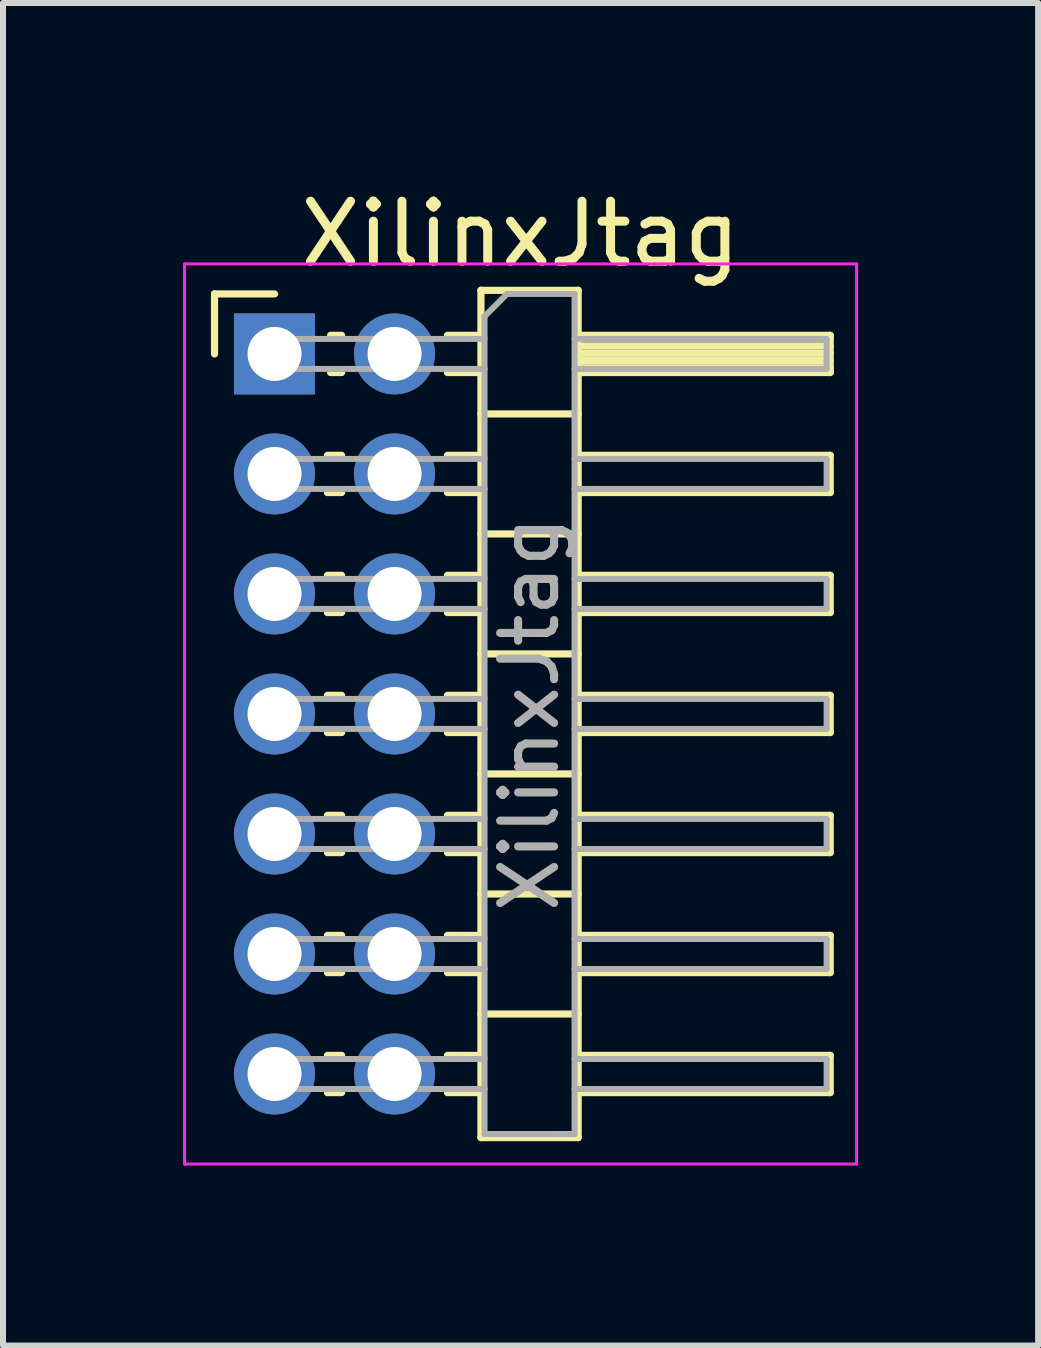
<source format=kicad_pcb>
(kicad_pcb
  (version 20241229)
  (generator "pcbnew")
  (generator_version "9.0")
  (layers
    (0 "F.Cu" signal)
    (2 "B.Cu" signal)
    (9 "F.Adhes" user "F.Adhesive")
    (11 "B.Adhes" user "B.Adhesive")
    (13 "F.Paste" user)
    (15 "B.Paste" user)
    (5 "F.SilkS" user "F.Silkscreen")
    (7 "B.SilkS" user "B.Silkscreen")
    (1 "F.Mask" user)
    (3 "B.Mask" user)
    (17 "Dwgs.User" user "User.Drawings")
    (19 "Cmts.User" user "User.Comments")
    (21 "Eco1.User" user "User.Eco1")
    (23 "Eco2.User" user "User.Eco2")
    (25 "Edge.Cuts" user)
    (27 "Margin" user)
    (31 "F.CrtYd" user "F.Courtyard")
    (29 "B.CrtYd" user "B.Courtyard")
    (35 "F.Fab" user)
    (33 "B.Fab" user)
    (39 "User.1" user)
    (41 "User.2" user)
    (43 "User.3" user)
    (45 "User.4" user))
  (footprint "XilinxJtag"
    (layer "F.Cu")
    (at 1.525 2.848)
    (property "Reference" "XilinxJtag" (at 4.1 -2 0) (layer "F.SilkS") (effects (font (size 1 1) (thickness 0.15))))
    (attr through_hole)
    (fp_line (start -1 -1) (end 0 -1) (stroke (width 0.12) (type solid)) (layer "F.SilkS"))
    (fp_line (start -1 0) (end -1 -1) (stroke (width 0.12) (type solid)) (layer "F.SilkS"))
    (fp_line (start 0.882 1.69) (end 1.118 1.69) (stroke (width 0.12) (type solid)) (layer "F.SilkS"))
    (fp_line (start 0.882 2.31) (end 1.118 2.31) (stroke (width 0.12) (type solid)) (layer "F.SilkS"))
    (fp_line (start 0.882 3.69) (end 1.118 3.69) (stroke (width 0.12) (type solid)) (layer "F.SilkS"))
    (fp_line (start 0.882 4.31) (end 1.118 4.31) (stroke (width 0.12) (type solid)) (layer "F.SilkS"))
    (fp_line (start 0.882 5.69) (end 1.118 5.69) (stroke (width 0.12) (type solid)) (layer "F.SilkS"))
    (fp_line (start 0.882 6.31) (end 1.118 6.31) (stroke (width 0.12) (type solid)) (layer "F.SilkS"))
    (fp_line (start 0.882 7.69) (end 1.118 7.69) (stroke (width 0.12) (type solid)) (layer "F.SilkS"))
    (fp_line (start 0.882 8.31) (end 1.118 8.31) (stroke (width 0.12) (type solid)) (layer "F.SilkS"))
    (fp_line (start 0.882 9.69) (end 1.118 9.69) (stroke (width 0.12) (type solid)) (layer "F.SilkS"))
    (fp_line (start 0.882 10.31) (end 1.118 10.31) (stroke (width 0.12) (type solid)) (layer "F.SilkS"))
    (fp_line (start 0.882 11.69) (end 1.118 11.69) (stroke (width 0.12) (type solid)) (layer "F.SilkS"))
    (fp_line (start 0.882 12.31) (end 1.118 12.31) (stroke (width 0.12) (type solid)) (layer "F.SilkS"))
    (fp_line (start 0.935 -0.31) (end 1.118 -0.31) (stroke (width 0.12) (type solid)) (layer "F.SilkS"))
    (fp_line (start 0.935 0.31) (end 1.118 0.31) (stroke (width 0.12) (type solid)) (layer "F.SilkS"))
    (fp_line (start 2.882 -0.31) (end 3.44 -0.31) (stroke (width 0.12) (type solid)) (layer "F.SilkS"))
    (fp_line (start 2.882 0.31) (end 3.44 0.31) (stroke (width 0.12) (type solid)) (layer "F.SilkS"))
    (fp_line (start 2.882 1.69) (end 3.44 1.69) (stroke (width 0.12) (type solid)) (layer "F.SilkS"))
    (fp_line (start 2.882 2.31) (end 3.44 2.31) (stroke (width 0.12) (type solid)) (layer "F.SilkS"))
    (fp_line (start 2.882 3.69) (end 3.44 3.69) (stroke (width 0.12) (type solid)) (layer "F.SilkS"))
    (fp_line (start 2.882 4.31) (end 3.44 4.31) (stroke (width 0.12) (type solid)) (layer "F.SilkS"))
    (fp_line (start 2.882 5.69) (end 3.44 5.69) (stroke (width 0.12) (type solid)) (layer "F.SilkS"))
    (fp_line (start 2.882 6.31) (end 3.44 6.31) (stroke (width 0.12) (type solid)) (layer "F.SilkS"))
    (fp_line (start 2.882 7.69) (end 3.44 7.69) (stroke (width 0.12) (type solid)) (layer "F.SilkS"))
    (fp_line (start 2.882 8.31) (end 3.44 8.31) (stroke (width 0.12) (type solid)) (layer "F.SilkS"))
    (fp_line (start 2.882 9.69) (end 3.44 9.69) (stroke (width 0.12) (type solid)) (layer "F.SilkS"))
    (fp_line (start 2.882 10.31) (end 3.44 10.31) (stroke (width 0.12) (type solid)) (layer "F.SilkS"))
    (fp_line (start 2.882 11.69) (end 3.44 11.69) (stroke (width 0.12) (type solid)) (layer "F.SilkS"))
    (fp_line (start 2.882 12.31) (end 3.44 12.31) (stroke (width 0.12) (type solid)) (layer "F.SilkS"))
    (fp_line (start 3.44 -1.06) (end 3.44 13.06) (stroke (width 0.12) (type solid)) (layer "F.SilkS"))
    (fp_line (start 3.44 1) (end 5.06 1) (stroke (width 0.12) (type solid)) (layer "F.SilkS"))
    (fp_line (start 3.44 3) (end 5.06 3) (stroke (width 0.12) (type solid)) (layer "F.SilkS"))
    (fp_line (start 3.44 5) (end 5.06 5) (stroke (width 0.12) (type solid)) (layer "F.SilkS"))
    (fp_line (start 3.44 7) (end 5.06 7) (stroke (width 0.12) (type solid)) (layer "F.SilkS"))
    (fp_line (start 3.44 9) (end 5.06 9) (stroke (width 0.12) (type solid)) (layer "F.SilkS"))
    (fp_line (start 3.44 11) (end 5.06 11) (stroke (width 0.12) (type solid)) (layer "F.SilkS"))
    (fp_line (start 3.44 13.06) (end 5.06 13.06) (stroke (width 0.12) (type solid)) (layer "F.SilkS"))
    (fp_line (start 5.06 -1.06) (end 3.44 -1.06) (stroke (width 0.12) (type solid)) (layer "F.SilkS"))
    (fp_line (start 5.06 -0.31) (end 9.26 -0.31) (stroke (width 0.12) (type solid)) (layer "F.SilkS"))
    (fp_line (start 5.06 -0.25) (end 9.26 -0.25) (stroke (width 0.12) (type solid)) (layer "F.SilkS"))
    (fp_line (start 5.06 -0.13) (end 9.26 -0.13) (stroke (width 0.12) (type solid)) (layer "F.SilkS"))
    (fp_line (start 5.06 -0.01) (end 9.26 -0.01) (stroke (width 0.12) (type solid)) (layer "F.SilkS"))
    (fp_line (start 5.06 0.11) (end 9.26 0.11) (stroke (width 0.12) (type solid)) (layer "F.SilkS"))
    (fp_line (start 5.06 0.23) (end 9.26 0.23) (stroke (width 0.12) (type solid)) (layer "F.SilkS"))
    (fp_line (start 5.06 1.69) (end 9.26 1.69) (stroke (width 0.12) (type solid)) (layer "F.SilkS"))
    (fp_line (start 5.06 3.69) (end 9.26 3.69) (stroke (width 0.12) (type solid)) (layer "F.SilkS"))
    (fp_line (start 5.06 5.69) (end 9.26 5.69) (stroke (width 0.12) (type solid)) (layer "F.SilkS"))
    (fp_line (start 5.06 7.69) (end 9.26 7.69) (stroke (width 0.12) (type solid)) (layer "F.SilkS"))
    (fp_line (start 5.06 9.69) (end 9.26 9.69) (stroke (width 0.12) (type solid)) (layer "F.SilkS"))
    (fp_line (start 5.06 11.69) (end 9.26 11.69) (stroke (width 0.12) (type solid)) (layer "F.SilkS"))
    (fp_line (start 5.06 13.06) (end 5.06 -1.06) (stroke (width 0.12) (type solid)) (layer "F.SilkS"))
    (fp_line (start 9.26 -0.31) (end 9.26 0.31) (stroke (width 0.12) (type solid)) (layer "F.SilkS"))
    (fp_line (start 9.26 0.31) (end 5.06 0.31) (stroke (width 0.12) (type solid)) (layer "F.SilkS"))
    (fp_line (start 9.26 1.69) (end 9.26 2.31) (stroke (width 0.12) (type solid)) (layer "F.SilkS"))
    (fp_line (start 9.26 2.31) (end 5.06 2.31) (stroke (width 0.12) (type solid)) (layer "F.SilkS"))
    (fp_line (start 9.26 3.69) (end 9.26 4.31) (stroke (width 0.12) (type solid)) (layer "F.SilkS"))
    (fp_line (start 9.26 4.31) (end 5.06 4.31) (stroke (width 0.12) (type solid)) (layer "F.SilkS"))
    (fp_line (start 9.26 5.69) (end 9.26 6.31) (stroke (width 0.12) (type solid)) (layer "F.SilkS"))
    (fp_line (start 9.26 6.31) (end 5.06 6.31) (stroke (width 0.12) (type solid)) (layer "F.SilkS"))
    (fp_line (start 9.26 7.69) (end 9.26 8.31) (stroke (width 0.12) (type solid)) (layer "F.SilkS"))
    (fp_line (start 9.26 8.31) (end 5.06 8.31) (stroke (width 0.12) (type solid)) (layer "F.SilkS"))
    (fp_line (start 9.26 9.69) (end 9.26 10.31) (stroke (width 0.12) (type solid)) (layer "F.SilkS"))
    (fp_line (start 9.26 10.31) (end 5.06 10.31) (stroke (width 0.12) (type solid)) (layer "F.SilkS"))
    (fp_line (start 9.26 11.69) (end 9.26 12.31) (stroke (width 0.12) (type solid)) (layer "F.SilkS"))
    (fp_line (start 9.26 12.31) (end 5.06 12.31) (stroke (width 0.12) (type solid)) (layer "F.SilkS"))
    (fp_line (start -1.5 -1.5) (end -1.5 13.5) (stroke (width 0.05) (type solid)) (layer "F.CrtYd"))
    (fp_line (start -1.5 13.5) (end 9.7 13.5) (stroke (width 0.05) (type solid)) (layer "F.CrtYd"))
    (fp_line (start 9.7 -1.5) (end -1.5 -1.5) (stroke (width 0.05) (type solid)) (layer "F.CrtYd"))
    (fp_line (start 9.7 13.5) (end 9.7 -1.5) (stroke (width 0.05) (type solid)) (layer "F.CrtYd"))
    (fp_line (start -0.25 -0.25) (end -0.25 0.25) (stroke (width 0.1) (type solid)) (layer "F.Fab"))
    (fp_line (start -0.25 -0.25) (end 3.5 -0.25) (stroke (width 0.1) (type solid)) (layer "F.Fab"))
    (fp_line (start -0.25 0.25) (end 3.5 0.25) (stroke (width 0.1) (type solid)) (layer "F.Fab"))
    (fp_line (start -0.25 1.75) (end -0.25 2.25) (stroke (width 0.1) (type solid)) (layer "F.Fab"))
    (fp_line (start -0.25 1.75) (end 3.5 1.75) (stroke (width 0.1) (type solid)) (layer "F.Fab"))
    (fp_line (start -0.25 2.25) (end 3.5 2.25) (stroke (width 0.1) (type solid)) (layer "F.Fab"))
    (fp_line (start -0.25 3.75) (end -0.25 4.25) (stroke (width 0.1) (type solid)) (layer "F.Fab"))
    (fp_line (start -0.25 3.75) (end 3.5 3.75) (stroke (width 0.1) (type solid)) (layer "F.Fab"))
    (fp_line (start -0.25 4.25) (end 3.5 4.25) (stroke (width 0.1) (type solid)) (layer "F.Fab"))
    (fp_line (start -0.25 5.75) (end -0.25 6.25) (stroke (width 0.1) (type solid)) (layer "F.Fab"))
    (fp_line (start -0.25 5.75) (end 3.5 5.75) (stroke (width 0.1) (type solid)) (layer "F.Fab"))
    (fp_line (start -0.25 6.25) (end 3.5 6.25) (stroke (width 0.1) (type solid)) (layer "F.Fab"))
    (fp_line (start -0.25 7.75) (end -0.25 8.25) (stroke (width 0.1) (type solid)) (layer "F.Fab"))
    (fp_line (start -0.25 7.75) (end 3.5 7.75) (stroke (width 0.1) (type solid)) (layer "F.Fab"))
    (fp_line (start -0.25 8.25) (end 3.5 8.25) (stroke (width 0.1) (type solid)) (layer "F.Fab"))
    (fp_line (start -0.25 9.75) (end -0.25 10.25) (stroke (width 0.1) (type solid)) (layer "F.Fab"))
    (fp_line (start -0.25 9.75) (end 3.5 9.75) (stroke (width 0.1) (type solid)) (layer "F.Fab"))
    (fp_line (start -0.25 10.25) (end 3.5 10.25) (stroke (width 0.1) (type solid)) (layer "F.Fab"))
    (fp_line (start -0.25 11.75) (end -0.25 12.25) (stroke (width 0.1) (type solid)) (layer "F.Fab"))
    (fp_line (start -0.25 11.75) (end 3.5 11.75) (stroke (width 0.1) (type solid)) (layer "F.Fab"))
    (fp_line (start -0.25 12.25) (end 3.5 12.25) (stroke (width 0.1) (type solid)) (layer "F.Fab"))
    (fp_line (start 3.5 -0.625) (end 3.875 -1) (stroke (width 0.1) (type solid)) (layer "F.Fab"))
    (fp_line (start 3.5 13) (end 3.5 -0.625) (stroke (width 0.1) (type solid)) (layer "F.Fab"))
    (fp_line (start 3.875 -1) (end 5 -1) (stroke (width 0.1) (type solid)) (layer "F.Fab"))
    (fp_line (start 5 -1) (end 5 13) (stroke (width 0.1) (type solid)) (layer "F.Fab"))
    (fp_line (start 5 -0.25) (end 9.2 -0.25) (stroke (width 0.1) (type solid)) (layer "F.Fab"))
    (fp_line (start 5 0.25) (end 9.2 0.25) (stroke (width 0.1) (type solid)) (layer "F.Fab"))
    (fp_line (start 5 1.75) (end 9.2 1.75) (stroke (width 0.1) (type solid)) (layer "F.Fab"))
    (fp_line (start 5 2.25) (end 9.2 2.25) (stroke (width 0.1) (type solid)) (layer "F.Fab"))
    (fp_line (start 5 3.75) (end 9.2 3.75) (stroke (width 0.1) (type solid)) (layer "F.Fab"))
    (fp_line (start 5 4.25) (end 9.2 4.25) (stroke (width 0.1) (type solid)) (layer "F.Fab"))
    (fp_line (start 5 5.75) (end 9.2 5.75) (stroke (width 0.1) (type solid)) (layer "F.Fab"))
    (fp_line (start 5 6.25) (end 9.2 6.25) (stroke (width 0.1) (type solid)) (layer "F.Fab"))
    (fp_line (start 5 7.75) (end 9.2 7.75) (stroke (width 0.1) (type solid)) (layer "F.Fab"))
    (fp_line (start 5 8.25) (end 9.2 8.25) (stroke (width 0.1) (type solid)) (layer "F.Fab"))
    (fp_line (start 5 9.75) (end 9.2 9.75) (stroke (width 0.1) (type solid)) (layer "F.Fab"))
    (fp_line (start 5 10.25) (end 9.2 10.25) (stroke (width 0.1) (type solid)) (layer "F.Fab"))
    (fp_line (start 5 11.75) (end 9.2 11.75) (stroke (width 0.1) (type solid)) (layer "F.Fab"))
    (fp_line (start 5 12.25) (end 9.2 12.25) (stroke (width 0.1) (type solid)) (layer "F.Fab"))
    (fp_line (start 5 13) (end 3.5 13) (stroke (width 0.1) (type solid)) (layer "F.Fab"))
    (fp_line (start 9.2 -0.25) (end 9.2 0.25) (stroke (width 0.1) (type solid)) (layer "F.Fab"))
    (fp_line (start 9.2 1.75) (end 9.2 2.25) (stroke (width 0.1) (type solid)) (layer "F.Fab"))
    (fp_line (start 9.2 3.75) (end 9.2 4.25) (stroke (width 0.1) (type solid)) (layer "F.Fab"))
    (fp_line (start 9.2 5.75) (end 9.2 6.25) (stroke (width 0.1) (type solid)) (layer "F.Fab"))
    (fp_line (start 9.2 7.75) (end 9.2 8.25) (stroke (width 0.1) (type solid)) (layer "F.Fab"))
    (fp_line (start 9.2 9.75) (end 9.2 10.25) (stroke (width 0.1) (type solid)) (layer "F.Fab"))
    (fp_line (start 9.2 11.75) (end 9.2 12.25) (stroke (width 0.1) (type solid)) (layer "F.Fab"))
    (fp_text user "${REFERENCE}" (at 4.25 6 90) (layer "F.Fab") (effects (font (size 0.9 0.9) (thickness 0.135))))
    (pad "1" thru_hole rect (at 0 0) (size 1.35 1.35) (drill 0.9) (layers "*.Cu" "*.Mask"))
    (pad "2" thru_hole oval (at 2 0) (size 1.35 1.35) (drill 0.9) (layers "*.Cu" "*.Mask"))
    (pad "3" thru_hole oval (at 0 2) (size 1.35 1.35) (drill 0.9) (layers "*.Cu" "*.Mask"))
    (pad "4" thru_hole oval (at 2 2) (size 1.35 1.35) (drill 0.9) (layers "*.Cu" "*.Mask"))
    (pad "5" thru_hole oval (at 0 4) (size 1.35 1.35) (drill 0.9) (layers "*.Cu" "*.Mask"))
    (pad "6" thru_hole oval (at 2 4) (size 1.35 1.35) (drill 0.9) (layers "*.Cu" "*.Mask"))
    (pad "7" thru_hole oval (at 0 6) (size 1.35 1.35) (drill 0.9) (layers "*.Cu" "*.Mask"))
    (pad "8" thru_hole oval (at 2 6) (size 1.35 1.35) (drill 0.9) (layers "*.Cu" "*.Mask"))
    (pad "9" thru_hole oval (at 0 8) (size 1.35 1.35) (drill 0.9) (layers "*.Cu" "*.Mask"))
    (pad "10" thru_hole oval (at 2 8) (size 1.35 1.35) (drill 0.9) (layers "*.Cu" "*.Mask"))
    (pad "11" thru_hole oval (at 0 10) (size 1.35 1.35) (drill 0.9) (layers "*.Cu" "*.Mask"))
    (pad "12" thru_hole oval (at 2 10) (size 1.35 1.35) (drill 0.9) (layers "*.Cu" "*.Mask"))
    (pad "13" thru_hole oval (at 0 12) (size 1.35 1.35) (drill 0.9) (layers "*.Cu" "*.Mask"))
    (pad "14" thru_hole oval (at 2 12) (size 1.35 1.35) (drill 0.9) (layers "*.Cu" "*.Mask")))
  (gr_rect
    (start -3 -3)
    (end 14.25 19.373)
    (stroke (width 0.1) (type default))
    (fill no)
    (layer "Edge.Cuts")))
</source>
